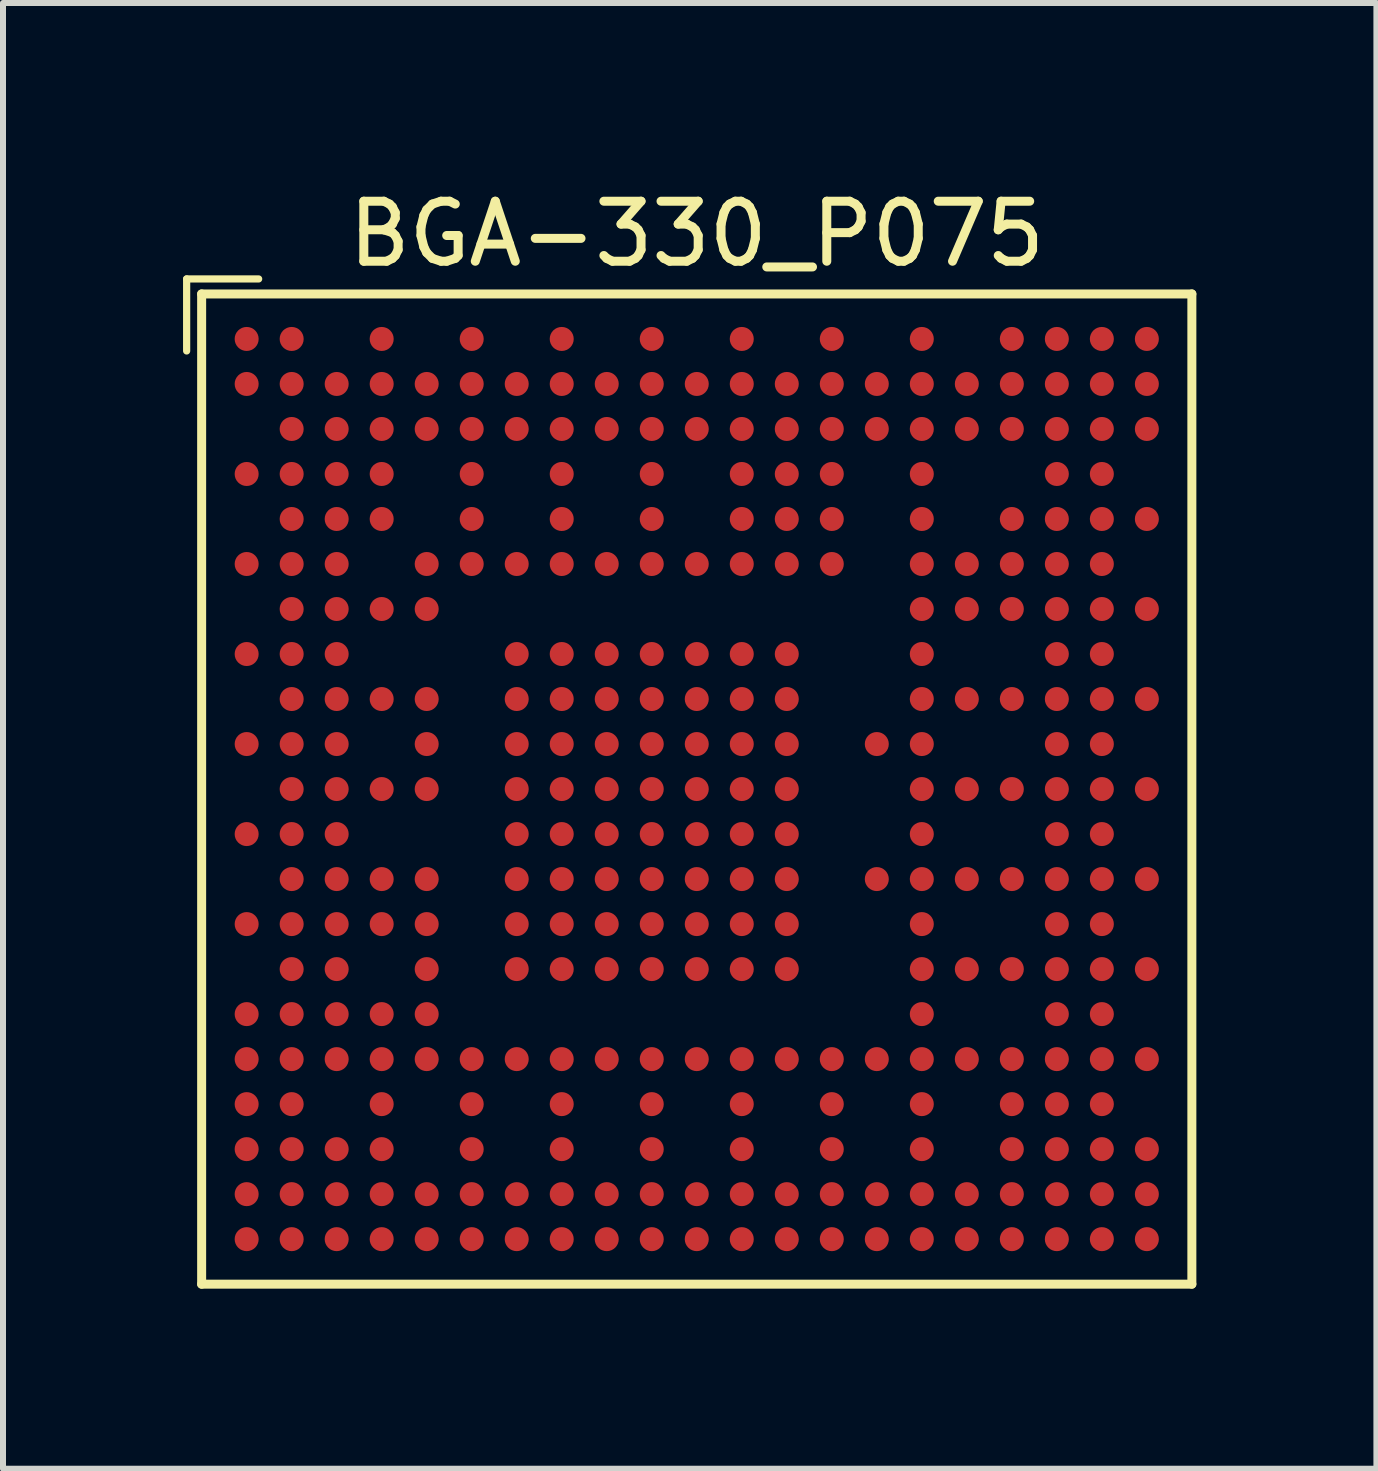
<source format=kicad_pcb>
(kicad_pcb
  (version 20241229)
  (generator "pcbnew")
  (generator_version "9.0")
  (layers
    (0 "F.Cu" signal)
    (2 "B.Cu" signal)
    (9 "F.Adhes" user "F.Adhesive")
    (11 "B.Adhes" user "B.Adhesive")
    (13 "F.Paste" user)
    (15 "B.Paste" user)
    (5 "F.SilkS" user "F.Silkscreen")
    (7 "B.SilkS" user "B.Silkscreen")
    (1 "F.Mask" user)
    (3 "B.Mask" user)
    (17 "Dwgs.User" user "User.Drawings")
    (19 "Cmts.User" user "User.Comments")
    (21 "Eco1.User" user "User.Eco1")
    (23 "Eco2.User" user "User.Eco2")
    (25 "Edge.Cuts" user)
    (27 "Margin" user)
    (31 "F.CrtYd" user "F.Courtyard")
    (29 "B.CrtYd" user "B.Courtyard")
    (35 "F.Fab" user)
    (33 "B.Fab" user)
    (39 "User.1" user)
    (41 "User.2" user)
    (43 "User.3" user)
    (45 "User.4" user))
  (footprint "BGA-330_P075"
    (layer "F.Cu")
    (at 8.56 10.098)
    (property "Reference" "BGA-330_P075" (at 0 -9.25 0) (layer "F.SilkS") (effects (font (size 1 1) (thickness 0.15))))
    (attr smd)
    (fp_line (start -8.5 -8.5) (end -8.5 -7.3) (stroke (width 0.12) (type solid)) (layer "F.SilkS"))
    (fp_line (start -8.25 -8.25) (end -8.25 8.25) (stroke (width 0.15) (type solid)) (layer "F.SilkS"))
    (fp_line (start -8.25 8.25) (end 8.25 8.25) (stroke (width 0.15) (type solid)) (layer "F.SilkS"))
    (fp_line (start -7.3 -8.5) (end -8.5 -8.5) (stroke (width 0.12) (type solid)) (layer "F.SilkS"))
    (fp_line (start 8.25 -8.25) (end -8.25 -8.25) (stroke (width 0.15) (type solid)) (layer "F.SilkS"))
    (fp_line (start 8.25 8.25) (end 8.25 -8.25) (stroke (width 0.15) (type solid)) (layer "F.SilkS"))
    (pad "A1" smd circle (at -7.5 -7.5) (size 0.4 0.4) (layers "F.Cu" "F.Mask" "F.Paste"))
    (pad "A2" smd circle (at -6.75 -7.5) (size 0.4 0.4) (layers "F.Cu" "F.Mask" "F.Paste"))
    (pad "A4" smd circle (at -5.25 -7.5) (size 0.4 0.4) (layers "F.Cu" "F.Mask" "F.Paste"))
    (pad "A6" smd circle (at -3.75 -7.5) (size 0.4 0.4) (layers "F.Cu" "F.Mask" "F.Paste"))
    (pad "A8" smd circle (at -2.25 -7.5) (size 0.4 0.4) (layers "F.Cu" "F.Mask" "F.Paste"))
    (pad "A10" smd circle (at -0.75 -7.5) (size 0.4 0.4) (layers "F.Cu" "F.Mask" "F.Paste"))
    (pad "A12" smd circle (at 0.75 -7.5) (size 0.4 0.4) (layers "F.Cu" "F.Mask" "F.Paste"))
    (pad "A14" smd circle (at 2.25 -7.5) (size 0.4 0.4) (layers "F.Cu" "F.Mask" "F.Paste"))
    (pad "A16" smd circle (at 3.75 -7.5) (size 0.4 0.4) (layers "F.Cu" "F.Mask" "F.Paste"))
    (pad "A18" smd circle (at 5.25 -7.5) (size 0.4 0.4) (layers "F.Cu" "F.Mask" "F.Paste"))
    (pad "A19" smd circle (at 6 -7.5) (size 0.4 0.4) (layers "F.Cu" "F.Mask" "F.Paste"))
    (pad "A20" smd circle (at 6.75 -7.5) (size 0.4 0.4) (layers "F.Cu" "F.Mask" "F.Paste"))
    (pad "A21" smd circle (at 7.5 -7.5) (size 0.4 0.4) (layers "F.Cu" "F.Mask" "F.Paste"))
    (pad "B1" smd circle (at -7.5 -6.75) (size 0.4 0.4) (layers "F.Cu" "F.Mask" "F.Paste"))
    (pad "B2" smd circle (at -6.75 -6.75) (size 0.4 0.4) (layers "F.Cu" "F.Mask" "F.Paste"))
    (pad "B3" smd circle (at -6 -6.75) (size 0.4 0.4) (layers "F.Cu" "F.Mask" "F.Paste"))
    (pad "B4" smd circle (at -5.25 -6.75) (size 0.4 0.4) (layers "F.Cu" "F.Mask" "F.Paste"))
    (pad "B5" smd circle (at -4.5 -6.75) (size 0.4 0.4) (layers "F.Cu" "F.Mask" "F.Paste"))
    (pad "B6" smd circle (at -3.75 -6.75) (size 0.4 0.4) (layers "F.Cu" "F.Mask" "F.Paste"))
    (pad "B7" smd circle (at -3 -6.75) (size 0.4 0.4) (layers "F.Cu" "F.Mask" "F.Paste"))
    (pad "B8" smd circle (at -2.25 -6.75) (size 0.4 0.4) (layers "F.Cu" "F.Mask" "F.Paste"))
    (pad "B9" smd circle (at -1.5 -6.75) (size 0.4 0.4) (layers "F.Cu" "F.Mask" "F.Paste"))
    (pad "B10" smd circle (at -0.75 -6.75) (size 0.4 0.4) (layers "F.Cu" "F.Mask" "F.Paste"))
    (pad "B11" smd circle (at 0 -6.75) (size 0.4 0.4) (layers "F.Cu" "F.Mask" "F.Paste"))
    (pad "B12" smd circle (at 0.75 -6.75) (size 0.4 0.4) (layers "F.Cu" "F.Mask" "F.Paste"))
    (pad "B13" smd circle (at 1.5 -6.75) (size 0.4 0.4) (layers "F.Cu" "F.Mask" "F.Paste"))
    (pad "B14" smd circle (at 2.25 -6.75) (size 0.4 0.4) (layers "F.Cu" "F.Mask" "F.Paste"))
    (pad "B15" smd circle (at 3 -6.75) (size 0.4 0.4) (layers "F.Cu" "F.Mask" "F.Paste"))
    (pad "B16" smd circle (at 3.75 -6.75) (size 0.4 0.4) (layers "F.Cu" "F.Mask" "F.Paste"))
    (pad "B17" smd circle (at 4.5 -6.75) (size 0.4 0.4) (layers "F.Cu" "F.Mask" "F.Paste"))
    (pad "B18" smd circle (at 5.25 -6.75) (size 0.4 0.4) (layers "F.Cu" "F.Mask" "F.Paste"))
    (pad "B19" smd circle (at 6 -6.75) (size 0.4 0.4) (layers "F.Cu" "F.Mask" "F.Paste"))
    (pad "B20" smd circle (at 6.75 -6.75) (size 0.4 0.4) (layers "F.Cu" "F.Mask" "F.Paste"))
    (pad "B21" smd circle (at 7.5 -6.75) (size 0.4 0.4) (layers "F.Cu" "F.Mask" "F.Paste"))
    (pad "C2" smd circle (at -6.75 -6) (size 0.4 0.4) (layers "F.Cu" "F.Mask" "F.Paste"))
    (pad "C3" smd circle (at -6 -6) (size 0.4 0.4) (layers "F.Cu" "F.Mask" "F.Paste"))
    (pad "C4" smd circle (at -5.25 -6) (size 0.4 0.4) (layers "F.Cu" "F.Mask" "F.Paste"))
    (pad "C5" smd circle (at -4.5 -6) (size 0.4 0.4) (layers "F.Cu" "F.Mask" "F.Paste"))
    (pad "C6" smd circle (at -3.75 -6) (size 0.4 0.4) (layers "F.Cu" "F.Mask" "F.Paste"))
    (pad "C7" smd circle (at -3 -6) (size 0.4 0.4) (layers "F.Cu" "F.Mask" "F.Paste"))
    (pad "C8" smd circle (at -2.25 -6) (size 0.4 0.4) (layers "F.Cu" "F.Mask" "F.Paste"))
    (pad "C9" smd circle (at -1.5 -6) (size 0.4 0.4) (layers "F.Cu" "F.Mask" "F.Paste"))
    (pad "C10" smd circle (at -0.75 -6) (size 0.4 0.4) (layers "F.Cu" "F.Mask" "F.Paste"))
    (pad "C11" smd circle (at 0 -6) (size 0.4 0.4) (layers "F.Cu" "F.Mask" "F.Paste"))
    (pad "C12" smd circle (at 0.75 -6) (size 0.4 0.4) (layers "F.Cu" "F.Mask" "F.Paste"))
    (pad "C13" smd circle (at 1.5 -6) (size 0.4 0.4) (layers "F.Cu" "F.Mask" "F.Paste"))
    (pad "C14" smd circle (at 2.25 -6) (size 0.4 0.4) (layers "F.Cu" "F.Mask" "F.Paste"))
    (pad "C15" smd circle (at 3 -6) (size 0.4 0.4) (layers "F.Cu" "F.Mask" "F.Paste"))
    (pad "C16" smd circle (at 3.75 -6) (size 0.4 0.4) (layers "F.Cu" "F.Mask" "F.Paste"))
    (pad "C17" smd circle (at 4.5 -6) (size 0.4 0.4) (layers "F.Cu" "F.Mask" "F.Paste"))
    (pad "C18" smd circle (at 5.25 -6) (size 0.4 0.4) (layers "F.Cu" "F.Mask" "F.Paste"))
    (pad "C19" smd circle (at 6 -6) (size 0.4 0.4) (layers "F.Cu" "F.Mask" "F.Paste"))
    (pad "C20" smd circle (at 6.75 -6) (size 0.4 0.4) (layers "F.Cu" "F.Mask" "F.Paste"))
    (pad "C21" smd circle (at 7.5 -6) (size 0.4 0.4) (layers "F.Cu" "F.Mask" "F.Paste"))
    (pad "D1" smd circle (at -7.5 -5.25) (size 0.4 0.4) (layers "F.Cu" "F.Mask" "F.Paste"))
    (pad "D2" smd circle (at -6.75 -5.25) (size 0.4 0.4) (layers "F.Cu" "F.Mask" "F.Paste"))
    (pad "D3" smd circle (at -6 -5.25) (size 0.4 0.4) (layers "F.Cu" "F.Mask" "F.Paste"))
    (pad "D4" smd circle (at -5.25 -5.25) (size 0.4 0.4) (layers "F.Cu" "F.Mask" "F.Paste"))
    (pad "D6" smd circle (at -3.75 -5.25) (size 0.4 0.4) (layers "F.Cu" "F.Mask" "F.Paste"))
    (pad "D8" smd circle (at -2.25 -5.25) (size 0.4 0.4) (layers "F.Cu" "F.Mask" "F.Paste"))
    (pad "D10" smd circle (at -0.75 -5.25) (size 0.4 0.4) (layers "F.Cu" "F.Mask" "F.Paste"))
    (pad "D12" smd circle (at 0.75 -5.25) (size 0.4 0.4) (layers "F.Cu" "F.Mask" "F.Paste"))
    (pad "D13" smd circle (at 1.5 -5.25) (size 0.4 0.4) (layers "F.Cu" "F.Mask" "F.Paste"))
    (pad "D14" smd circle (at 2.25 -5.25) (size 0.4 0.4) (layers "F.Cu" "F.Mask" "F.Paste"))
    (pad "D16" smd circle (at 3.75 -5.25) (size 0.4 0.4) (layers "F.Cu" "F.Mask" "F.Paste"))
    (pad "D19" smd circle (at 6 -5.25) (size 0.4 0.4) (layers "F.Cu" "F.Mask" "F.Paste"))
    (pad "D20" smd circle (at 6.75 -5.25) (size 0.4 0.4) (layers "F.Cu" "F.Mask" "F.Paste"))
    (pad "E2" smd circle (at -6.75 -4.5) (size 0.4 0.4) (layers "F.Cu" "F.Mask" "F.Paste"))
    (pad "E3" smd circle (at -6 -4.5) (size 0.4 0.4) (layers "F.Cu" "F.Mask" "F.Paste"))
    (pad "E4" smd circle (at -5.25 -4.5) (size 0.4 0.4) (layers "F.Cu" "F.Mask" "F.Paste"))
    (pad "E6" smd circle (at -3.75 -4.5) (size 0.4 0.4) (layers "F.Cu" "F.Mask" "F.Paste"))
    (pad "E8" smd circle (at -2.25 -4.5) (size 0.4 0.4) (layers "F.Cu" "F.Mask" "F.Paste"))
    (pad "E10" smd circle (at -0.75 -4.5) (size 0.4 0.4) (layers "F.Cu" "F.Mask" "F.Paste"))
    (pad "E12" smd circle (at 0.75 -4.5) (size 0.4 0.4) (layers "F.Cu" "F.Mask" "F.Paste"))
    (pad "E13" smd circle (at 1.5 -4.5) (size 0.4 0.4) (layers "F.Cu" "F.Mask" "F.Paste"))
    (pad "E14" smd circle (at 2.25 -4.5) (size 0.4 0.4) (layers "F.Cu" "F.Mask" "F.Paste"))
    (pad "E16" smd circle (at 3.75 -4.5) (size 0.4 0.4) (layers "F.Cu" "F.Mask" "F.Paste"))
    (pad "E18" smd circle (at 5.25 -4.5) (size 0.4 0.4) (layers "F.Cu" "F.Mask" "F.Paste"))
    (pad "E19" smd circle (at 6 -4.5) (size 0.4 0.4) (layers "F.Cu" "F.Mask" "F.Paste"))
    (pad "E20" smd circle (at 6.75 -4.5) (size 0.4 0.4) (layers "F.Cu" "F.Mask" "F.Paste"))
    (pad "E21" smd circle (at 7.5 -4.5) (size 0.4 0.4) (layers "F.Cu" "F.Mask" "F.Paste"))
    (pad "F1" smd circle (at -7.5 -3.75) (size 0.4 0.4) (layers "F.Cu" "F.Mask" "F.Paste"))
    (pad "F2" smd circle (at -6.75 -3.75) (size 0.4 0.4) (layers "F.Cu" "F.Mask" "F.Paste"))
    (pad "F3" smd circle (at -6 -3.75) (size 0.4 0.4) (layers "F.Cu" "F.Mask" "F.Paste"))
    (pad "F5" smd circle (at -4.5 -3.75) (size 0.4 0.4) (layers "F.Cu" "F.Mask" "F.Paste"))
    (pad "F6" smd circle (at -3.75 -3.75) (size 0.4 0.4) (layers "F.Cu" "F.Mask" "F.Paste"))
    (pad "F7" smd circle (at -3 -3.75) (size 0.4 0.4) (layers "F.Cu" "F.Mask" "F.Paste"))
    (pad "F8" smd circle (at -2.25 -3.75) (size 0.4 0.4) (layers "F.Cu" "F.Mask" "F.Paste"))
    (pad "F9" smd circle (at -1.5 -3.75) (size 0.4 0.4) (layers "F.Cu" "F.Mask" "F.Paste"))
    (pad "F10" smd circle (at -0.75 -3.75) (size 0.4 0.4) (layers "F.Cu" "F.Mask" "F.Paste"))
    (pad "F11" smd circle (at 0 -3.75) (size 0.4 0.4) (layers "F.Cu" "F.Mask" "F.Paste"))
    (pad "F12" smd circle (at 0.75 -3.75) (size 0.4 0.4) (layers "F.Cu" "F.Mask" "F.Paste"))
    (pad "F13" smd circle (at 1.5 -3.75) (size 0.4 0.4) (layers "F.Cu" "F.Mask" "F.Paste"))
    (pad "F14" smd circle (at 2.25 -3.75) (size 0.4 0.4) (layers "F.Cu" "F.Mask" "F.Paste"))
    (pad "F16" smd circle (at 3.75 -3.75) (size 0.4 0.4) (layers "F.Cu" "F.Mask" "F.Paste"))
    (pad "F17" smd circle (at 4.5 -3.75) (size 0.4 0.4) (layers "F.Cu" "F.Mask" "F.Paste"))
    (pad "F18" smd circle (at 5.25 -3.75) (size 0.4 0.4) (layers "F.Cu" "F.Mask" "F.Paste"))
    (pad "F19" smd circle (at 6 -3.75) (size 0.4 0.4) (layers "F.Cu" "F.Mask" "F.Paste"))
    (pad "F20" smd circle (at 6.75 -3.75) (size 0.4 0.4) (layers "F.Cu" "F.Mask" "F.Paste"))
    (pad "G2" smd circle (at -6.75 -3) (size 0.4 0.4) (layers "F.Cu" "F.Mask" "F.Paste"))
    (pad "G3" smd circle (at -6 -3) (size 0.4 0.4) (layers "F.Cu" "F.Mask" "F.Paste"))
    (pad "G4" smd circle (at -5.25 -3) (size 0.4 0.4) (layers "F.Cu" "F.Mask" "F.Paste"))
    (pad "G5" smd circle (at -4.5 -3) (size 0.4 0.4) (layers "F.Cu" "F.Mask" "F.Paste"))
    (pad "G16" smd circle (at 3.75 -3) (size 0.4 0.4) (layers "F.Cu" "F.Mask" "F.Paste"))
    (pad "G17" smd circle (at 4.5 -3) (size 0.4 0.4) (layers "F.Cu" "F.Mask" "F.Paste"))
    (pad "G18" smd circle (at 5.25 -3) (size 0.4 0.4) (layers "F.Cu" "F.Mask" "F.Paste"))
    (pad "G19" smd circle (at 6 -3) (size 0.4 0.4) (layers "F.Cu" "F.Mask" "F.Paste"))
    (pad "G20" smd circle (at 6.75 -3) (size 0.4 0.4) (layers "F.Cu" "F.Mask" "F.Paste"))
    (pad "G21" smd circle (at 7.5 -3) (size 0.4 0.4) (layers "F.Cu" "F.Mask" "F.Paste"))
    (pad "H1" smd circle (at -7.5 -2.25) (size 0.4 0.4) (layers "F.Cu" "F.Mask" "F.Paste"))
    (pad "H2" smd circle (at -6.75 -2.25) (size 0.4 0.4) (layers "F.Cu" "F.Mask" "F.Paste"))
    (pad "H3" smd circle (at -6 -2.25) (size 0.4 0.4) (layers "F.Cu" "F.Mask" "F.Paste"))
    (pad "H7" smd circle (at -3 -2.25) (size 0.4 0.4) (layers "F.Cu" "F.Mask" "F.Paste"))
    (pad "H8" smd circle (at -2.25 -2.25) (size 0.4 0.4) (layers "F.Cu" "F.Mask" "F.Paste"))
    (pad "H9" smd circle (at -1.5 -2.25) (size 0.4 0.4) (layers "F.Cu" "F.Mask" "F.Paste"))
    (pad "H10" smd circle (at -0.75 -2.25) (size 0.4 0.4) (layers "F.Cu" "F.Mask" "F.Paste"))
    (pad "H11" smd circle (at 0 -2.25) (size 0.4 0.4) (layers "F.Cu" "F.Mask" "F.Paste"))
    (pad "H12" smd circle (at 0.75 -2.25) (size 0.4 0.4) (layers "F.Cu" "F.Mask" "F.Paste"))
    (pad "H13" smd circle (at 1.5 -2.25) (size 0.4 0.4) (layers "F.Cu" "F.Mask" "F.Paste"))
    (pad "H16" smd circle (at 3.75 -2.25) (size 0.4 0.4) (layers "F.Cu" "F.Mask" "F.Paste"))
    (pad "H19" smd circle (at 6 -2.25) (size 0.4 0.4) (layers "F.Cu" "F.Mask" "F.Paste"))
    (pad "H20" smd circle (at 6.75 -2.25) (size 0.4 0.4) (layers "F.Cu" "F.Mask" "F.Paste"))
    (pad "J2" smd circle (at -6.75 -1.5) (size 0.4 0.4) (layers "F.Cu" "F.Mask" "F.Paste"))
    (pad "J3" smd circle (at -6 -1.5) (size 0.4 0.4) (layers "F.Cu" "F.Mask" "F.Paste"))
    (pad "J4" smd circle (at -5.25 -1.5) (size 0.4 0.4) (layers "F.Cu" "F.Mask" "F.Paste"))
    (pad "J5" smd circle (at -4.5 -1.5) (size 0.4 0.4) (layers "F.Cu" "F.Mask" "F.Paste"))
    (pad "J7" smd circle (at -3 -1.5) (size 0.4 0.4) (layers "F.Cu" "F.Mask" "F.Paste"))
    (pad "J8" smd circle (at -2.25 -1.5) (size 0.4 0.4) (layers "F.Cu" "F.Mask" "F.Paste"))
    (pad "J9" smd circle (at -1.5 -1.5) (size 0.4 0.4) (layers "F.Cu" "F.Mask" "F.Paste"))
    (pad "J10" smd circle (at -0.75 -1.5) (size 0.4 0.4) (layers "F.Cu" "F.Mask" "F.Paste"))
    (pad "J11" smd circle (at 0 -1.5) (size 0.4 0.4) (layers "F.Cu" "F.Mask" "F.Paste"))
    (pad "J12" smd circle (at 0.75 -1.5) (size 0.4 0.4) (layers "F.Cu" "F.Mask" "F.Paste"))
    (pad "J13" smd circle (at 1.5 -1.5) (size 0.4 0.4) (layers "F.Cu" "F.Mask" "F.Paste"))
    (pad "J16" smd circle (at 3.75 -1.5) (size 0.4 0.4) (layers "F.Cu" "F.Mask" "F.Paste"))
    (pad "J17" smd circle (at 4.5 -1.5) (size 0.4 0.4) (layers "F.Cu" "F.Mask" "F.Paste"))
    (pad "J18" smd circle (at 5.25 -1.5) (size 0.4 0.4) (layers "F.Cu" "F.Mask" "F.Paste"))
    (pad "J19" smd circle (at 6 -1.5) (size 0.4 0.4) (layers "F.Cu" "F.Mask" "F.Paste"))
    (pad "J20" smd circle (at 6.75 -1.5) (size 0.4 0.4) (layers "F.Cu" "F.Mask" "F.Paste"))
    (pad "J21" smd circle (at 7.5 -1.5) (size 0.4 0.4) (layers "F.Cu" "F.Mask" "F.Paste"))
    (pad "K1" smd circle (at -7.5 -0.75) (size 0.4 0.4) (layers "F.Cu" "F.Mask" "F.Paste"))
    (pad "K2" smd circle (at -6.75 -0.75) (size 0.4 0.4) (layers "F.Cu" "F.Mask" "F.Paste"))
    (pad "K3" smd circle (at -6 -0.75) (size 0.4 0.4) (layers "F.Cu" "F.Mask" "F.Paste"))
    (pad "K5" smd circle (at -4.5 -0.75) (size 0.4 0.4) (layers "F.Cu" "F.Mask" "F.Paste"))
    (pad "K7" smd circle (at -3 -0.75) (size 0.4 0.4) (layers "F.Cu" "F.Mask" "F.Paste"))
    (pad "K8" smd circle (at -2.25 -0.75) (size 0.4 0.4) (layers "F.Cu" "F.Mask" "F.Paste"))
    (pad "K9" smd circle (at -1.5 -0.75) (size 0.4 0.4) (layers "F.Cu" "F.Mask" "F.Paste"))
    (pad "K10" smd circle (at -0.75 -0.75) (size 0.4 0.4) (layers "F.Cu" "F.Mask" "F.Paste"))
    (pad "K11" smd circle (at 0 -0.75) (size 0.4 0.4) (layers "F.Cu" "F.Mask" "F.Paste"))
    (pad "K12" smd circle (at 0.75 -0.75) (size 0.4 0.4) (layers "F.Cu" "F.Mask" "F.Paste"))
    (pad "K13" smd circle (at 1.5 -0.75) (size 0.4 0.4) (layers "F.Cu" "F.Mask" "F.Paste"))
    (pad "K15" smd circle (at 3 -0.75) (size 0.4 0.4) (layers "F.Cu" "F.Mask" "F.Paste"))
    (pad "K16" smd circle (at 3.75 -0.75) (size 0.4 0.4) (layers "F.Cu" "F.Mask" "F.Paste"))
    (pad "K19" smd circle (at 6 -0.75) (size 0.4 0.4) (layers "F.Cu" "F.Mask" "F.Paste"))
    (pad "K20" smd circle (at 6.75 -0.75) (size 0.4 0.4) (layers "F.Cu" "F.Mask" "F.Paste"))
    (pad "L2" smd circle (at -6.75 0) (size 0.4 0.4) (layers "F.Cu" "F.Mask" "F.Paste"))
    (pad "L3" smd circle (at -6 0) (size 0.4 0.4) (layers "F.Cu" "F.Mask" "F.Paste"))
    (pad "L4" smd circle (at -5.25 0) (size 0.4 0.4) (layers "F.Cu" "F.Mask" "F.Paste"))
    (pad "L5" smd circle (at -4.5 0) (size 0.4 0.4) (layers "F.Cu" "F.Mask" "F.Paste"))
    (pad "L7" smd circle (at -3 0) (size 0.4 0.4) (layers "F.Cu" "F.Mask" "F.Paste"))
    (pad "L8" smd circle (at -2.25 0) (size 0.4 0.4) (layers "F.Cu" "F.Mask" "F.Paste"))
    (pad "L9" smd circle (at -1.5 0) (size 0.4 0.4) (layers "F.Cu" "F.Mask" "F.Paste"))
    (pad "L10" smd circle (at -0.75 0) (size 0.4 0.4) (layers "F.Cu" "F.Mask" "F.Paste"))
    (pad "L11" smd circle (at 0 0) (size 0.4 0.4) (layers "F.Cu" "F.Mask" "F.Paste"))
    (pad "L12" smd circle (at 0.75 0) (size 0.4 0.4) (layers "F.Cu" "F.Mask" "F.Paste"))
    (pad "L13" smd circle (at 1.5 0) (size 0.4 0.4) (layers "F.Cu" "F.Mask" "F.Paste"))
    (pad "L16" smd circle (at 3.75 0) (size 0.4 0.4) (layers "F.Cu" "F.Mask" "F.Paste"))
    (pad "L17" smd circle (at 4.5 0) (size 0.4 0.4) (layers "F.Cu" "F.Mask" "F.Paste"))
    (pad "L18" smd circle (at 5.25 0) (size 0.4 0.4) (layers "F.Cu" "F.Mask" "F.Paste"))
    (pad "L19" smd circle (at 6 0) (size 0.4 0.4) (layers "F.Cu" "F.Mask" "F.Paste"))
    (pad "L20" smd circle (at 6.75 0) (size 0.4 0.4) (layers "F.Cu" "F.Mask" "F.Paste"))
    (pad "L21" smd circle (at 7.5 0) (size 0.4 0.4) (layers "F.Cu" "F.Mask" "F.Paste"))
    (pad "M1" smd circle (at -7.5 0.75) (size 0.4 0.4) (layers "F.Cu" "F.Mask" "F.Paste"))
    (pad "M2" smd circle (at -6.75 0.75) (size 0.4 0.4) (layers "F.Cu" "F.Mask" "F.Paste"))
    (pad "M3" smd circle (at -6 0.75) (size 0.4 0.4) (layers "F.Cu" "F.Mask" "F.Paste"))
    (pad "M7" smd circle (at -3 0.75) (size 0.4 0.4) (layers "F.Cu" "F.Mask" "F.Paste"))
    (pad "M8" smd circle (at -2.25 0.75) (size 0.4 0.4) (layers "F.Cu" "F.Mask" "F.Paste"))
    (pad "M9" smd circle (at -1.5 0.75) (size 0.4 0.4) (layers "F.Cu" "F.Mask" "F.Paste"))
    (pad "M10" smd circle (at -0.75 0.75) (size 0.4 0.4) (layers "F.Cu" "F.Mask" "F.Paste"))
    (pad "M11" smd circle (at 0 0.75) (size 0.4 0.4) (layers "F.Cu" "F.Mask" "F.Paste"))
    (pad "M12" smd circle (at 0.75 0.75) (size 0.4 0.4) (layers "F.Cu" "F.Mask" "F.Paste"))
    (pad "M13" smd circle (at 1.5 0.75) (size 0.4 0.4) (layers "F.Cu" "F.Mask" "F.Paste"))
    (pad "M16" smd circle (at 3.75 0.75) (size 0.4 0.4) (layers "F.Cu" "F.Mask" "F.Paste"))
    (pad "M19" smd circle (at 6 0.75) (size 0.4 0.4) (layers "F.Cu" "F.Mask" "F.Paste"))
    (pad "M20" smd circle (at 6.75 0.75) (size 0.4 0.4) (layers "F.Cu" "F.Mask" "F.Paste"))
    (pad "N2" smd circle (at -6.75 1.5) (size 0.4 0.4) (layers "F.Cu" "F.Mask" "F.Paste"))
    (pad "N3" smd circle (at -6 1.5) (size 0.4 0.4) (layers "F.Cu" "F.Mask" "F.Paste"))
    (pad "N4" smd circle (at -5.25 1.5) (size 0.4 0.4) (layers "F.Cu" "F.Mask" "F.Paste"))
    (pad "N5" smd circle (at -4.5 1.5) (size 0.4 0.4) (layers "F.Cu" "F.Mask" "F.Paste"))
    (pad "N7" smd circle (at -3 1.5) (size 0.4 0.4) (layers "F.Cu" "F.Mask" "F.Paste"))
    (pad "N8" smd circle (at -2.25 1.5) (size 0.4 0.4) (layers "F.Cu" "F.Mask" "F.Paste"))
    (pad "N9" smd circle (at -1.5 1.5) (size 0.4 0.4) (layers "F.Cu" "F.Mask" "F.Paste"))
    (pad "N10" smd circle (at -0.75 1.5) (size 0.4 0.4) (layers "F.Cu" "F.Mask" "F.Paste"))
    (pad "N11" smd circle (at 0 1.5) (size 0.4 0.4) (layers "F.Cu" "F.Mask" "F.Paste"))
    (pad "N12" smd circle (at 0.75 1.5) (size 0.4 0.4) (layers "F.Cu" "F.Mask" "F.Paste"))
    (pad "N13" smd circle (at 1.5 1.5) (size 0.4 0.4) (layers "F.Cu" "F.Mask" "F.Paste"))
    (pad "N15" smd circle (at 3 1.5) (size 0.4 0.4) (layers "F.Cu" "F.Mask" "F.Paste"))
    (pad "N16" smd circle (at 3.75 1.5) (size 0.4 0.4) (layers "F.Cu" "F.Mask" "F.Paste"))
    (pad "N17" smd circle (at 4.5 1.5) (size 0.4 0.4) (layers "F.Cu" "F.Mask" "F.Paste"))
    (pad "N18" smd circle (at 5.25 1.5) (size 0.4 0.4) (layers "F.Cu" "F.Mask" "F.Paste"))
    (pad "N19" smd circle (at 6 1.5) (size 0.4 0.4) (layers "F.Cu" "F.Mask" "F.Paste"))
    (pad "N20" smd circle (at 6.75 1.5) (size 0.4 0.4) (layers "F.Cu" "F.Mask" "F.Paste"))
    (pad "N21" smd circle (at 7.5 1.5) (size 0.4 0.4) (layers "F.Cu" "F.Mask" "F.Paste"))
    (pad "P1" smd circle (at -7.5 2.25) (size 0.4 0.4) (layers "F.Cu" "F.Mask" "F.Paste"))
    (pad "P2" smd circle (at -6.75 2.25) (size 0.4 0.4) (layers "F.Cu" "F.Mask" "F.Paste"))
    (pad "P3" smd circle (at -6 2.25) (size 0.4 0.4) (layers "F.Cu" "F.Mask" "F.Paste"))
    (pad "P4" smd circle (at -5.25 2.25) (size 0.4 0.4) (layers "F.Cu" "F.Mask" "F.Paste"))
    (pad "P5" smd circle (at -4.5 2.25) (size 0.4 0.4) (layers "F.Cu" "F.Mask" "F.Paste"))
    (pad "P7" smd circle (at -3 2.25) (size 0.4 0.4) (layers "F.Cu" "F.Mask" "F.Paste"))
    (pad "P8" smd circle (at -2.25 2.25) (size 0.4 0.4) (layers "F.Cu" "F.Mask" "F.Paste"))
    (pad "P9" smd circle (at -1.5 2.25) (size 0.4 0.4) (layers "F.Cu" "F.Mask" "F.Paste"))
    (pad "P10" smd circle (at -0.75 2.25) (size 0.4 0.4) (layers "F.Cu" "F.Mask" "F.Paste"))
    (pad "P11" smd circle (at 0 2.25) (size 0.4 0.4) (layers "F.Cu" "F.Mask" "F.Paste"))
    (pad "P12" smd circle (at 0.75 2.25) (size 0.4 0.4) (layers "F.Cu" "F.Mask" "F.Paste"))
    (pad "P13" smd circle (at 1.5 2.25) (size 0.4 0.4) (layers "F.Cu" "F.Mask" "F.Paste"))
    (pad "P16" smd circle (at 3.75 2.25) (size 0.4 0.4) (layers "F.Cu" "F.Mask" "F.Paste"))
    (pad "P19" smd circle (at 6 2.25) (size 0.4 0.4) (layers "F.Cu" "F.Mask" "F.Paste"))
    (pad "P20" smd circle (at 6.75 2.25) (size 0.4 0.4) (layers "F.Cu" "F.Mask" "F.Paste"))
    (pad "R2" smd circle (at -6.75 3) (size 0.4 0.4) (layers "F.Cu" "F.Mask" "F.Paste"))
    (pad "R3" smd circle (at -6 3) (size 0.4 0.4) (layers "F.Cu" "F.Mask" "F.Paste"))
    (pad "R5" smd circle (at -4.5 3) (size 0.4 0.4) (layers "F.Cu" "F.Mask" "F.Paste"))
    (pad "R7" smd circle (at -3 3) (size 0.4 0.4) (layers "F.Cu" "F.Mask" "F.Paste"))
    (pad "R8" smd circle (at -2.25 3) (size 0.4 0.4) (layers "F.Cu" "F.Mask" "F.Paste"))
    (pad "R9" smd circle (at -1.5 3) (size 0.4 0.4) (layers "F.Cu" "F.Mask" "F.Paste"))
    (pad "R10" smd circle (at -0.75 3) (size 0.4 0.4) (layers "F.Cu" "F.Mask" "F.Paste"))
    (pad "R11" smd circle (at 0 3) (size 0.4 0.4) (layers "F.Cu" "F.Mask" "F.Paste"))
    (pad "R12" smd circle (at 0.75 3) (size 0.4 0.4) (layers "F.Cu" "F.Mask" "F.Paste"))
    (pad "R13" smd circle (at 1.5 3) (size 0.4 0.4) (layers "F.Cu" "F.Mask" "F.Paste"))
    (pad "R16" smd circle (at 3.75 3) (size 0.4 0.4) (layers "F.Cu" "F.Mask" "F.Paste"))
    (pad "R17" smd circle (at 4.5 3) (size 0.4 0.4) (layers "F.Cu" "F.Mask" "F.Paste"))
    (pad "R18" smd circle (at 5.25 3) (size 0.4 0.4) (layers "F.Cu" "F.Mask" "F.Paste"))
    (pad "R19" smd circle (at 6 3) (size 0.4 0.4) (layers "F.Cu" "F.Mask" "F.Paste"))
    (pad "R20" smd circle (at 6.75 3) (size 0.4 0.4) (layers "F.Cu" "F.Mask" "F.Paste"))
    (pad "R21" smd circle (at 7.5 3) (size 0.4 0.4) (layers "F.Cu" "F.Mask" "F.Paste"))
    (pad "T1" smd circle (at -7.5 3.75) (size 0.4 0.4) (layers "F.Cu" "F.Mask" "F.Paste"))
    (pad "T2" smd circle (at -6.75 3.75) (size 0.4 0.4) (layers "F.Cu" "F.Mask" "F.Paste"))
    (pad "T3" smd circle (at -6 3.75) (size 0.4 0.4) (layers "F.Cu" "F.Mask" "F.Paste"))
    (pad "T4" smd circle (at -5.25 3.75) (size 0.4 0.4) (layers "F.Cu" "F.Mask" "F.Paste"))
    (pad "T5" smd circle (at -4.5 3.75) (size 0.4 0.4) (layers "F.Cu" "F.Mask" "F.Paste"))
    (pad "T16" smd circle (at 3.75 3.75) (size 0.4 0.4) (layers "F.Cu" "F.Mask" "F.Paste"))
    (pad "T19" smd circle (at 6 3.75) (size 0.4 0.4) (layers "F.Cu" "F.Mask" "F.Paste"))
    (pad "T20" smd circle (at 6.75 3.75) (size 0.4 0.4) (layers "F.Cu" "F.Mask" "F.Paste"))
    (pad "U1" smd circle (at -7.5 4.5) (size 0.4 0.4) (layers "F.Cu" "F.Mask" "F.Paste"))
    (pad "U2" smd circle (at -6.75 4.5) (size 0.4 0.4) (layers "F.Cu" "F.Mask" "F.Paste"))
    (pad "U3" smd circle (at -6 4.5) (size 0.4 0.4) (layers "F.Cu" "F.Mask" "F.Paste"))
    (pad "U4" smd circle (at -5.25 4.5) (size 0.4 0.4) (layers "F.Cu" "F.Mask" "F.Paste"))
    (pad "U5" smd circle (at -4.5 4.5) (size 0.4 0.4) (layers "F.Cu" "F.Mask" "F.Paste"))
    (pad "U6" smd circle (at -3.75 4.5) (size 0.4 0.4) (layers "F.Cu" "F.Mask" "F.Paste"))
    (pad "U7" smd circle (at -3 4.5) (size 0.4 0.4) (layers "F.Cu" "F.Mask" "F.Paste"))
    (pad "U8" smd circle (at -2.25 4.5) (size 0.4 0.4) (layers "F.Cu" "F.Mask" "F.Paste"))
    (pad "U9" smd circle (at -1.5 4.5) (size 0.4 0.4) (layers "F.Cu" "F.Mask" "F.Paste"))
    (pad "U10" smd circle (at -0.75 4.5) (size 0.4 0.4) (layers "F.Cu" "F.Mask" "F.Paste"))
    (pad "U11" smd circle (at 0 4.5) (size 0.4 0.4) (layers "F.Cu" "F.Mask" "F.Paste"))
    (pad "U12" smd circle (at 0.75 4.5) (size 0.4 0.4) (layers "F.Cu" "F.Mask" "F.Paste"))
    (pad "U13" smd circle (at 1.5 4.5) (size 0.4 0.4) (layers "F.Cu" "F.Mask" "F.Paste"))
    (pad "U14" smd circle (at 2.25 4.5) (size 0.4 0.4) (layers "F.Cu" "F.Mask" "F.Paste"))
    (pad "U15" smd circle (at 3 4.5) (size 0.4 0.4) (layers "F.Cu" "F.Mask" "F.Paste"))
    (pad "U16" smd circle (at 3.75 4.5) (size 0.4 0.4) (layers "F.Cu" "F.Mask" "F.Paste"))
    (pad "U17" smd circle (at 4.5 4.5) (size 0.4 0.4) (layers "F.Cu" "F.Mask" "F.Paste"))
    (pad "U18" smd circle (at 5.25 4.5) (size 0.4 0.4) (layers "F.Cu" "F.Mask" "F.Paste"))
    (pad "U19" smd circle (at 6 4.5) (size 0.4 0.4) (layers "F.Cu" "F.Mask" "F.Paste"))
    (pad "U20" smd circle (at 6.75 4.5) (size 0.4 0.4) (layers "F.Cu" "F.Mask" "F.Paste"))
    (pad "U21" smd circle (at 7.5 4.5) (size 0.4 0.4) (layers "F.Cu" "F.Mask" "F.Paste"))
    (pad "V1" smd circle (at -7.5 5.25) (size 0.4 0.4) (layers "F.Cu" "F.Mask" "F.Paste"))
    (pad "V2" smd circle (at -6.75 5.25) (size 0.4 0.4) (layers "F.Cu" "F.Mask" "F.Paste"))
    (pad "V4" smd circle (at -5.25 5.25) (size 0.4 0.4) (layers "F.Cu" "F.Mask" "F.Paste"))
    (pad "V6" smd circle (at -3.75 5.25) (size 0.4 0.4) (layers "F.Cu" "F.Mask" "F.Paste"))
    (pad "V8" smd circle (at -2.25 5.25) (size 0.4 0.4) (layers "F.Cu" "F.Mask" "F.Paste"))
    (pad "V10" smd circle (at -0.75 5.25) (size 0.4 0.4) (layers "F.Cu" "F.Mask" "F.Paste"))
    (pad "V12" smd circle (at 0.75 5.25) (size 0.4 0.4) (layers "F.Cu" "F.Mask" "F.Paste"))
    (pad "V14" smd circle (at 2.25 5.25) (size 0.4 0.4) (layers "F.Cu" "F.Mask" "F.Paste"))
    (pad "V16" smd circle (at 3.75 5.25) (size 0.4 0.4) (layers "F.Cu" "F.Mask" "F.Paste"))
    (pad "V18" smd circle (at 5.25 5.25) (size 0.4 0.4) (layers "F.Cu" "F.Mask" "F.Paste"))
    (pad "V19" smd circle (at 6 5.25) (size 0.4 0.4) (layers "F.Cu" "F.Mask" "F.Paste"))
    (pad "V20" smd circle (at 6.75 5.25) (size 0.4 0.4) (layers "F.Cu" "F.Mask" "F.Paste"))
    (pad "W1" smd circle (at -7.5 6) (size 0.4 0.4) (layers "F.Cu" "F.Mask" "F.Paste"))
    (pad "W2" smd circle (at -6.75 6) (size 0.4 0.4) (layers "F.Cu" "F.Mask" "F.Paste"))
    (pad "W3" smd circle (at -6 6) (size 0.4 0.4) (layers "F.Cu" "F.Mask" "F.Paste"))
    (pad "W4" smd circle (at -5.25 6) (size 0.4 0.4) (layers "F.Cu" "F.Mask" "F.Paste"))
    (pad "W6" smd circle (at -3.75 6) (size 0.4 0.4) (layers "F.Cu" "F.Mask" "F.Paste"))
    (pad "W8" smd circle (at -2.25 6) (size 0.4 0.4) (layers "F.Cu" "F.Mask" "F.Paste"))
    (pad "W10" smd circle (at -0.75 6) (size 0.4 0.4) (layers "F.Cu" "F.Mask" "F.Paste"))
    (pad "W12" smd circle (at 0.75 6) (size 0.4 0.4) (layers "F.Cu" "F.Mask" "F.Paste"))
    (pad "W14" smd circle (at 2.25 6) (size 0.4 0.4) (layers "F.Cu" "F.Mask" "F.Paste"))
    (pad "W16" smd circle (at 3.75 6) (size 0.4 0.4) (layers "F.Cu" "F.Mask" "F.Paste"))
    (pad "W18" smd circle (at 5.25 6) (size 0.4 0.4) (layers "F.Cu" "F.Mask" "F.Paste"))
    (pad "W19" smd circle (at 6 6) (size 0.4 0.4) (layers "F.Cu" "F.Mask" "F.Paste"))
    (pad "W20" smd circle (at 6.75 6) (size 0.4 0.4) (layers "F.Cu" "F.Mask" "F.Paste"))
    (pad "W21" smd circle (at 7.5 6) (size 0.4 0.4) (layers "F.Cu" "F.Mask" "F.Paste"))
    (pad "Y1" smd circle (at -7.5 6.75) (size 0.4 0.4) (layers "F.Cu" "F.Mask" "F.Paste"))
    (pad "Y2" smd circle (at -6.75 6.75) (size 0.4 0.4) (layers "F.Cu" "F.Mask" "F.Paste"))
    (pad "Y3" smd circle (at -6 6.75) (size 0.4 0.4) (layers "F.Cu" "F.Mask" "F.Paste"))
    (pad "Y4" smd circle (at -5.25 6.75) (size 0.4 0.4) (layers "F.Cu" "F.Mask" "F.Paste"))
    (pad "Y5" smd circle (at -4.5 6.75) (size 0.4 0.4) (layers "F.Cu" "F.Mask" "F.Paste"))
    (pad "Y6" smd circle (at -3.75 6.75) (size 0.4 0.4) (layers "F.Cu" "F.Mask" "F.Paste"))
    (pad "Y7" smd circle (at -3 6.75) (size 0.4 0.4) (layers "F.Cu" "F.Mask" "F.Paste"))
    (pad "Y8" smd circle (at -2.25 6.75) (size 0.4 0.4) (layers "F.Cu" "F.Mask" "F.Paste"))
    (pad "Y9" smd circle (at -1.5 6.75) (size 0.4 0.4) (layers "F.Cu" "F.Mask" "F.Paste"))
    (pad "Y10" smd circle (at -0.75 6.75) (size 0.4 0.4) (layers "F.Cu" "F.Mask" "F.Paste"))
    (pad "Y11" smd circle (at 0 6.75) (size 0.4 0.4) (layers "F.Cu" "F.Mask" "F.Paste"))
    (pad "Y12" smd circle (at 0.75 6.75) (size 0.4 0.4) (layers "F.Cu" "F.Mask" "F.Paste"))
    (pad "Y13" smd circle (at 1.5 6.75) (size 0.4 0.4) (layers "F.Cu" "F.Mask" "F.Paste"))
    (pad "Y14" smd circle (at 2.25 6.75) (size 0.4 0.4) (layers "F.Cu" "F.Mask" "F.Paste"))
    (pad "Y15" smd circle (at 3 6.75) (size 0.4 0.4) (layers "F.Cu" "F.Mask" "F.Paste"))
    (pad "Y16" smd circle (at 3.75 6.75) (size 0.4 0.4) (layers "F.Cu" "F.Mask" "F.Paste"))
    (pad "Y17" smd circle (at 4.5 6.75) (size 0.4 0.4) (layers "F.Cu" "F.Mask" "F.Paste"))
    (pad "Y18" smd circle (at 5.25 6.75) (size 0.4 0.4) (layers "F.Cu" "F.Mask" "F.Paste"))
    (pad "Y19" smd circle (at 6 6.75) (size 0.4 0.4) (layers "F.Cu" "F.Mask" "F.Paste"))
    (pad "Y20" smd circle (at 6.75 6.75) (size 0.4 0.4) (layers "F.Cu" "F.Mask" "F.Paste"))
    (pad "Y21" smd circle (at 7.5 6.75) (size 0.4 0.4) (layers "F.Cu" "F.Mask" "F.Paste"))
    (pad "Z1" smd circle (at -7.5 7.5) (size 0.4 0.4) (layers "F.Cu" "F.Mask" "F.Paste"))
    (pad "Z2" smd circle (at -6.75 7.5) (size 0.4 0.4) (layers "F.Cu" "F.Mask" "F.Paste"))
    (pad "Z3" smd circle (at -6 7.5) (size 0.4 0.4) (layers "F.Cu" "F.Mask" "F.Paste"))
    (pad "Z4" smd circle (at -5.25 7.5) (size 0.4 0.4) (layers "F.Cu" "F.Mask" "F.Paste"))
    (pad "Z5" smd circle (at -4.5 7.5) (size 0.4 0.4) (layers "F.Cu" "F.Mask" "F.Paste"))
    (pad "Z6" smd circle (at -3.75 7.5) (size 0.4 0.4) (layers "F.Cu" "F.Mask" "F.Paste"))
    (pad "Z7" smd circle (at -3 7.5) (size 0.4 0.4) (layers "F.Cu" "F.Mask" "F.Paste"))
    (pad "Z8" smd circle (at -2.25 7.5) (size 0.4 0.4) (layers "F.Cu" "F.Mask" "F.Paste"))
    (pad "Z9" smd circle (at -1.5 7.5) (size 0.4 0.4) (layers "F.Cu" "F.Mask" "F.Paste"))
    (pad "Z10" smd circle (at -0.75 7.5) (size 0.4 0.4) (layers "F.Cu" "F.Mask" "F.Paste"))
    (pad "Z11" smd circle (at 0 7.5) (size 0.4 0.4) (layers "F.Cu" "F.Mask" "F.Paste"))
    (pad "Z12" smd circle (at 0.75 7.5) (size 0.4 0.4) (layers "F.Cu" "F.Mask" "F.Paste"))
    (pad "Z13" smd circle (at 1.5 7.5) (size 0.4 0.4) (layers "F.Cu" "F.Mask" "F.Paste"))
    (pad "Z15" smd circle (at 2.25 7.5) (size 0.4 0.4) (layers "F.Cu" "F.Mask" "F.Paste"))
    (pad "Z16" smd circle (at 3 7.5) (size 0.4 0.4) (layers "F.Cu" "F.Mask" "F.Paste"))
    (pad "Z18" smd circle (at 3.75 7.5) (size 0.4 0.4) (layers "F.Cu" "F.Mask" "F.Paste"))
    (pad "Z19" smd circle (at 4.5 7.5) (size 0.4 0.4) (layers "F.Cu" "F.Mask" "F.Paste"))
    (pad "Z20" smd circle (at 5.25 7.5) (size 0.4 0.4) (layers "F.Cu" "F.Mask" "F.Paste"))
    (pad "Z21" smd circle (at 6 7.5) (size 0.4 0.4) (layers "F.Cu" "F.Mask" "F.Paste"))
    (pad "Z22" smd circle (at 6.75 7.5) (size 0.4 0.4) (layers "F.Cu" "F.Mask" "F.Paste"))
    (pad "Z23" smd circle (at 7.5 7.5) (size 0.4 0.4) (layers "F.Cu" "F.Mask" "F.Paste")))
  (gr_rect
    (start -3 -3)
    (end 19.885 21.423)
    (stroke (width 0.1) (type default))
    (fill no)
    (layer "Edge.Cuts")))
</source>
